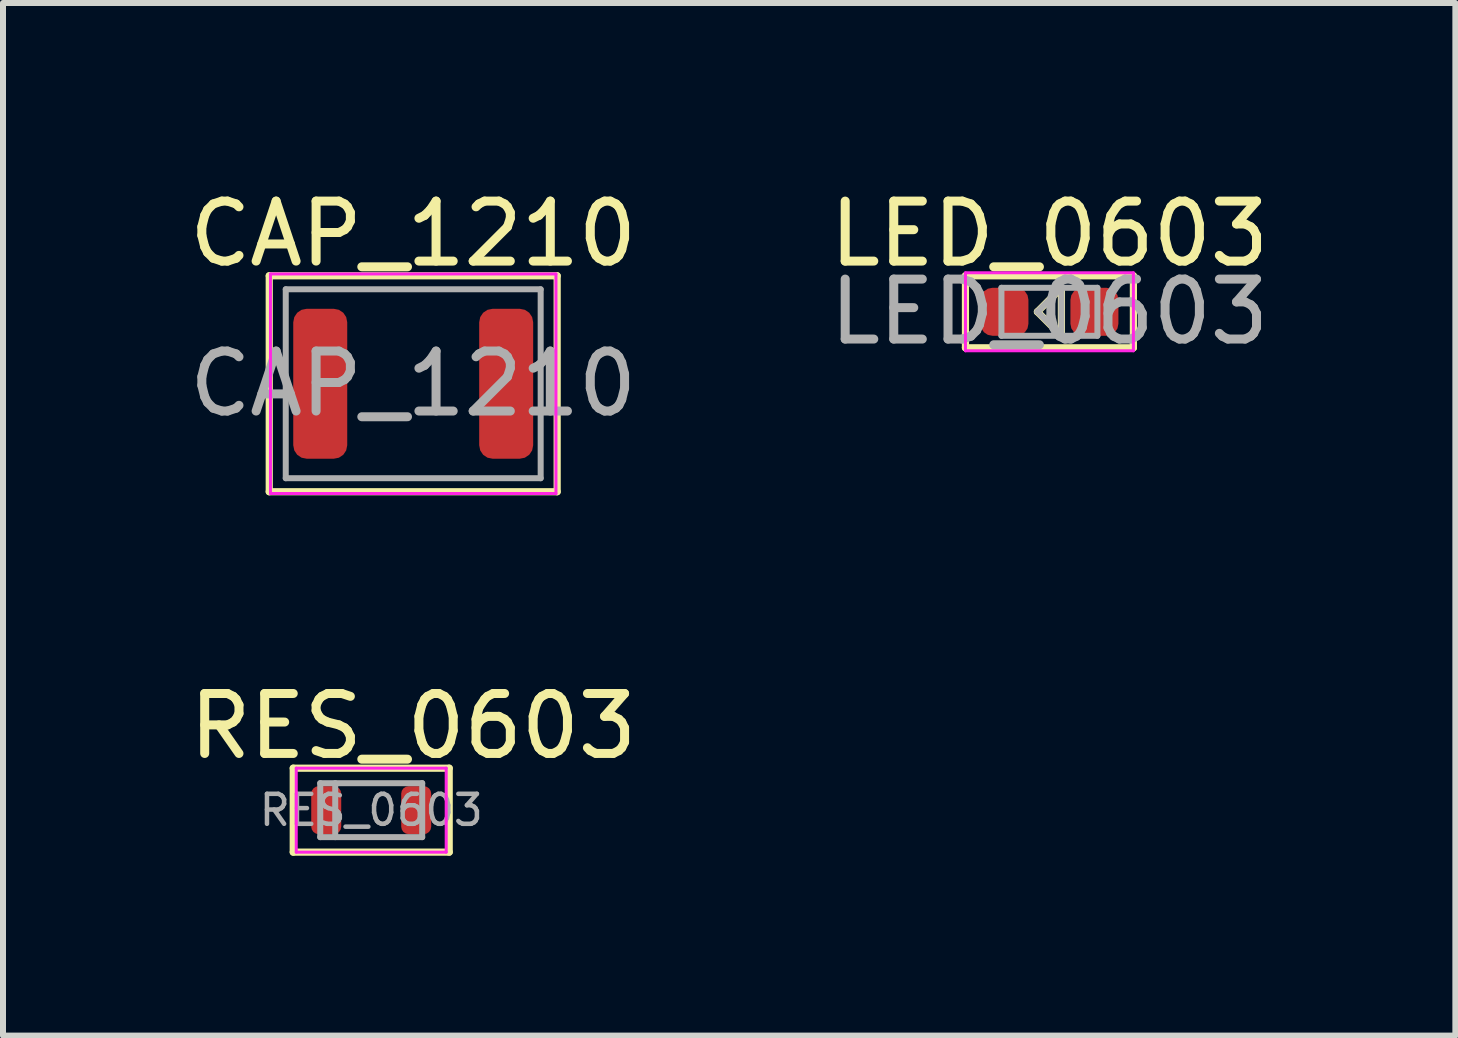
<source format=kicad_pcb>
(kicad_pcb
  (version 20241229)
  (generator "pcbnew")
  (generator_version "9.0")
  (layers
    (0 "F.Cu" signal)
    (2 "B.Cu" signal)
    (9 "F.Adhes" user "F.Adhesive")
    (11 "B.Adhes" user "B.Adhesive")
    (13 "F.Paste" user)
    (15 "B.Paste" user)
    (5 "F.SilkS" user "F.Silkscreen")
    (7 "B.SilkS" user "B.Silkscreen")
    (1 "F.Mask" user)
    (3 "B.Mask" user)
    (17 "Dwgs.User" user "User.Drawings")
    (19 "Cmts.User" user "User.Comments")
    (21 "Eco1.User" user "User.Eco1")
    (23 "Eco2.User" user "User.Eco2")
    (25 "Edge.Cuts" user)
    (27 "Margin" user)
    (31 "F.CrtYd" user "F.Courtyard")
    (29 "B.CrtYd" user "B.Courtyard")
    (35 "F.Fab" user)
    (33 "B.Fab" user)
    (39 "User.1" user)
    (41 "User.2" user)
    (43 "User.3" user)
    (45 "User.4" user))
  (footprint "RES_0603"
    (layer "F.Cu")
    (at 3.139 10.457)
    (property "Reference" "RES_0603" (at 0.7 -1.4 0) (layer "F.SilkS") (effects (font (size 1 1) (thickness 0.15))))
    (attr smd)
    (fp_line (start -1.3 -0.7) (end 1.3 -0.7) (stroke (width 0.12) (type solid)) (layer "F.SilkS"))
    (fp_line (start -1.3 0.7) (end -1.3 -0.7) (stroke (width 0.12) (type solid)) (layer "F.SilkS"))
    (fp_line (start 1.3 -0.7) (end 1.3 0.7) (stroke (width 0.12) (type solid)) (layer "F.SilkS"))
    (fp_line (start 1.3 0.7) (end -1.3 0.7) (stroke (width 0.12) (type solid)) (layer "F.SilkS"))
    (fp_line (start -1.25 -0.7) (end -1.25 0.7) (stroke (width 0.05) (type solid)) (layer "F.CrtYd"))
    (fp_line (start -1.25 -0.7) (end 1.25 -0.7) (stroke (width 0.05) (type solid)) (layer "F.CrtYd"))
    (fp_line (start -1.25 0.7) (end 1.25 0.7) (stroke (width 0.05) (type solid)) (layer "F.CrtYd"))
    (fp_line (start 1.25 0.7) (end 1.25 -0.7) (stroke (width 0.05) (type solid)) (layer "F.CrtYd"))
    (fp_line (start -0.85 -0.45) (end 0.85 -0.45) (stroke (width 0.1) (type solid)) (layer "F.Fab"))
    (fp_line (start -0.85 0.45) (end -0.85 -0.45) (stroke (width 0.1) (type solid)) (layer "F.Fab"))
    (fp_line (start -0.85 0.45) (end 0.85 0.45) (stroke (width 0.1) (type solid)) (layer "F.Fab"))
    (fp_line (start -0.6 -0.45) (end -0.6 0.45) (stroke (width 0.1) (type solid)) (layer "F.Fab"))
    (fp_line (start 0.85 0.45) (end 0.85 -0.45) (stroke (width 0.1) (type solid)) (layer "F.Fab"))
    (fp_text user "${REFERENCE}" (at 0 0 0) (layer "F.Fab") (effects (font (size 0.5 0.5) (thickness 0.075))))
    (pad "1" smd roundrect (at -0.75 0) (size 0.5 0.8) (layers "F.Cu" "F.Mask" "F.Paste") (roundrect_rratio 0.25))
    (pad "2" smd roundrect (at 0.75 0) (size 0.5 0.8) (layers "F.Cu" "F.Mask" "F.Paste") (roundrect_rratio 0.25)))
  (footprint "CAP_1210"
    (layer "F.Cu")
    (at 3.839 3.348)
    (property "Reference" "CAP_1210" (at 0 -2.5 0) (layer "F.SilkS") (effects (font (size 1 1) (thickness 0.15))))
    (attr smd)
    (fp_line (start -2.4 -1.8) (end -2.4 1.8) (stroke (width 0.12) (type solid)) (layer "F.SilkS"))
    (fp_line (start -2.4 1.8) (end 2.4 1.8) (stroke (width 0.12) (type solid)) (layer "F.SilkS"))
    (fp_line (start 2.4 -1.8) (end -2.4 -1.8) (stroke (width 0.12) (type solid)) (layer "F.SilkS"))
    (fp_line (start 2.4 1.8) (end 2.4 -1.8) (stroke (width 0.12) (type solid)) (layer "F.SilkS"))
    (fp_line (start -2.38 -1.83) (end 2.38 -1.83) (stroke (width 0.05) (type solid)) (layer "F.CrtYd"))
    (fp_line (start -2.38 1.83) (end -2.38 -1.83) (stroke (width 0.05) (type solid)) (layer "F.CrtYd"))
    (fp_line (start -2.38 1.83) (end 2.38 1.83) (stroke (width 0.05) (type solid)) (layer "F.CrtYd"))
    (fp_line (start 2.38 1.83) (end 2.38 -1.83) (stroke (width 0.05) (type solid)) (layer "F.CrtYd"))
    (fp_line (start -2.125 -1.575) (end 2.125 -1.575) (stroke (width 0.1) (type solid)) (layer "F.Fab"))
    (fp_line (start -2.125 1.575) (end -2.125 -1.575) (stroke (width 0.1) (type solid)) (layer "F.Fab"))
    (fp_line (start -2.125 1.575) (end 2.125 1.575) (stroke (width 0.1) (type solid)) (layer "F.Fab"))
    (fp_line (start 2.125 1.575) (end 2.125 -1.575) (stroke (width 0.1) (type solid)) (layer "F.Fab"))
    (fp_text user "${REFERENCE}" (at 0 0 0) (layer "F.Fab") (effects (font (size 1 1) (thickness 0.15))))
    (pad "1" smd roundrect (at -1.55 0) (size 0.9 2.5) (layers "F.Cu" "F.Mask" "F.Paste") (roundrect_rratio 0.25))
    (pad "2" smd roundrect (at 1.55 0) (size 0.9 2.5) (layers "F.Cu" "F.Mask" "F.Paste") (roundrect_rratio 0.25)))
  (footprint "LED_0603"
    (layer "F.Cu")
    (at 14.446 2.148)
    (property "Reference" "LED_0603" (at 0 -1.3 0) (layer "F.SilkS") (effects (font (size 1 1) (thickness 0.15))))
    (attr smd)
    (fp_line (start -1.4 -0.6) (end -1.4 0.6) (stroke (width 0.12) (type solid)) (layer "F.SilkS"))
    (fp_line (start -1.4 0.6) (end 1.4 0.6) (stroke (width 0.12) (type solid)) (layer "F.SilkS"))
    (fp_line (start -0.2 0) (end 0.2 0.4) (stroke (width 0.12) (type solid)) (layer "F.SilkS"))
    (fp_line (start 0.2 -0.4) (end -0.2 0) (stroke (width 0.12) (type solid)) (layer "F.SilkS"))
    (fp_line (start 0.2 0.4) (end 0.2 -0.4) (stroke (width 0.12) (type solid)) (layer "F.SilkS"))
    (fp_line (start 1.4 -0.6) (end -1.4 -0.6) (stroke (width 0.12) (type solid)) (layer "F.SilkS"))
    (fp_line (start 1.4 0.6) (end 1.4 -0.6) (stroke (width 0.12) (type solid)) (layer "F.SilkS"))
    (fp_line (start -1.4 -0.65) (end -1.4 0.65) (stroke (width 0.05) (type solid)) (layer "F.CrtYd"))
    (fp_line (start 1.4 -0.65) (end -1.4 -0.65) (stroke (width 0.05) (type solid)) (layer "F.CrtYd"))
    (fp_line (start 1.4 -0.65) (end 1.4 0.65) (stroke (width 0.05) (type solid)) (layer "F.CrtYd"))
    (fp_line (start 1.4 0.65) (end -1.4 0.65) (stroke (width 0.05) (type solid)) (layer "F.CrtYd"))
    (fp_line (start -0.8 -0.4) (end 0.8 -0.4) (stroke (width 0.1) (type solid)) (layer "F.Fab"))
    (fp_line (start -0.8 0.4) (end -0.8 -0.4) (stroke (width 0.1) (type solid)) (layer "F.Fab"))
    (fp_line (start -0.8 0.4) (end 0.8 0.4) (stroke (width 0.1) (type solid)) (layer "F.Fab"))
    (fp_line (start -0.2 0) (end 0.2 -0.4) (stroke (width 0.1) (type solid)) (layer "F.Fab"))
    (fp_line (start 0.2 -0.4) (end 0.2 0.4) (stroke (width 0.1) (type solid)) (layer "F.Fab"))
    (fp_line (start 0.2 0.4) (end -0.2 0) (stroke (width 0.1) (type solid)) (layer "F.Fab"))
    (fp_line (start 0.8 0.4) (end 0.8 -0.4) (stroke (width 0.1) (type solid)) (layer "F.Fab"))
    (fp_text user "${REFERENCE}" (at 0 0 0) (layer "F.Fab") (effects (font (size 1 1) (thickness 0.15))))
    (pad "A" smd roundrect (at 0.75 0) (size 0.8 0.8) (layers "F.Cu" "F.Mask" "F.Paste") (roundrect_rratio 0.25))
    (pad "K" smd roundrect (at -0.75 0) (size 0.8 0.8) (layers "F.Cu" "F.Mask" "F.Paste") (roundrect_rratio 0.25)))
  (gr_rect
    (start -3 -3)
    (end 21.214 14.216)
    (stroke (width 0.1) (type default))
    (fill no)
    (layer "Edge.Cuts")))
</source>
